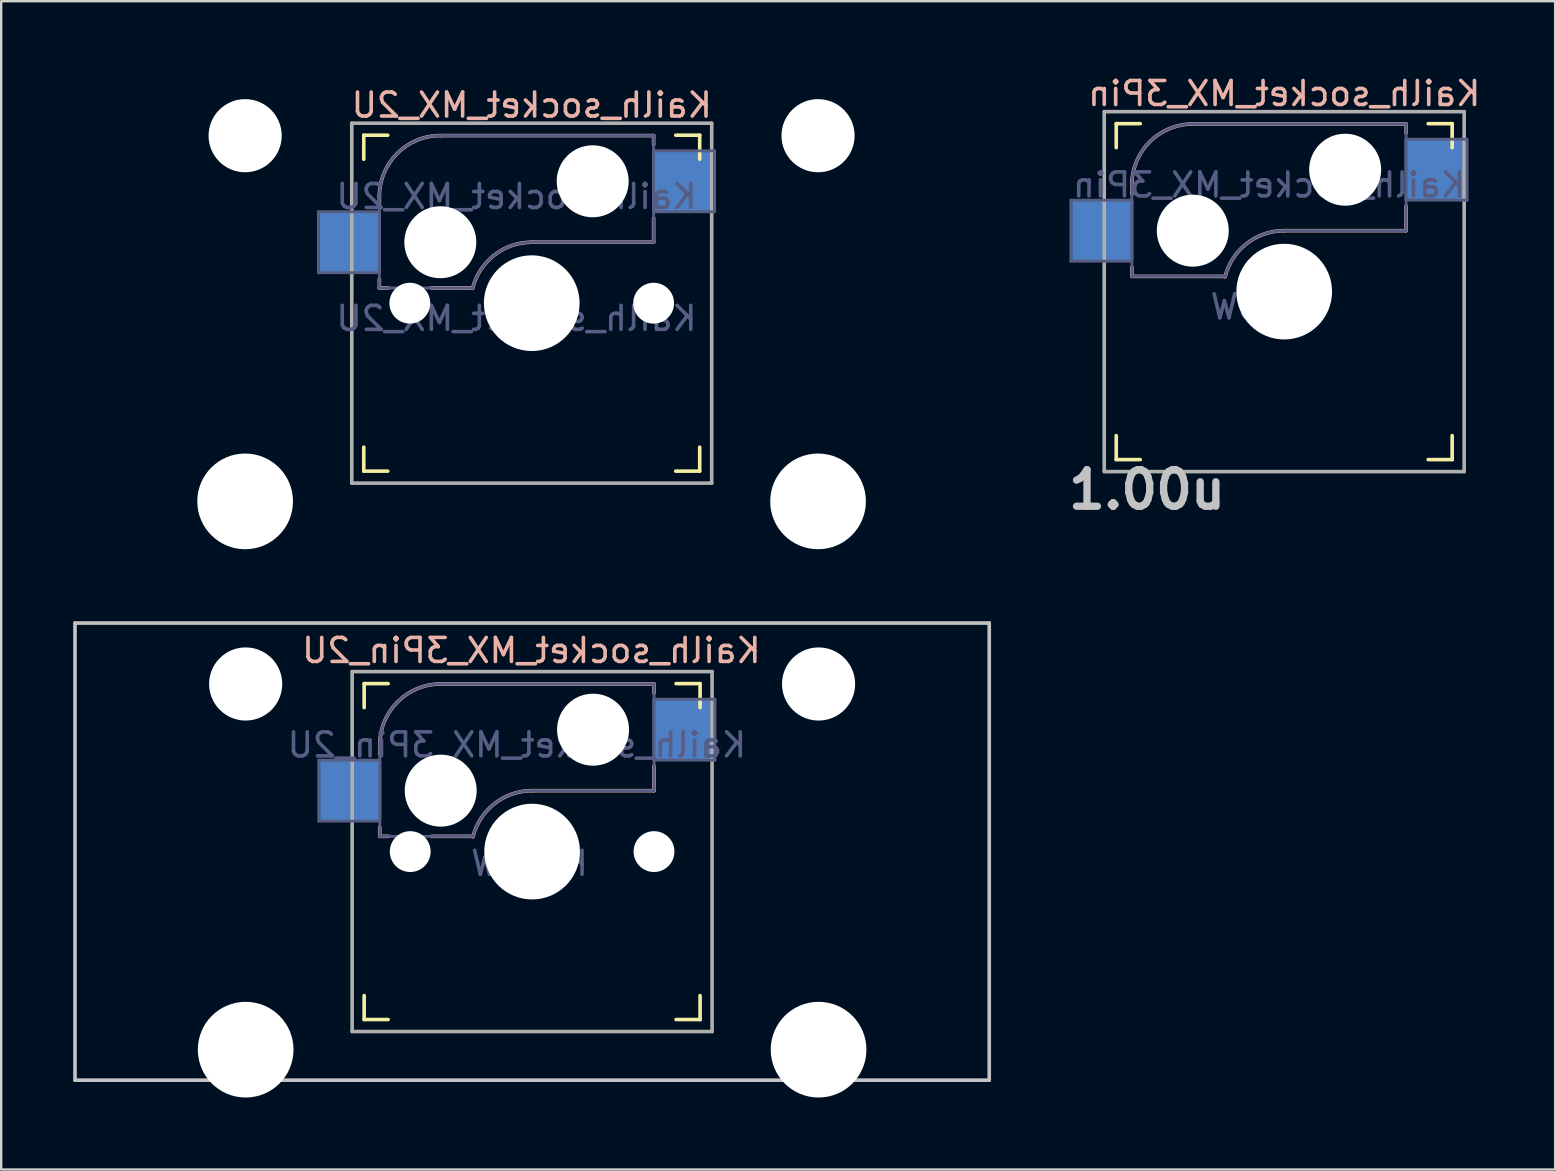
<source format=kicad_pcb>
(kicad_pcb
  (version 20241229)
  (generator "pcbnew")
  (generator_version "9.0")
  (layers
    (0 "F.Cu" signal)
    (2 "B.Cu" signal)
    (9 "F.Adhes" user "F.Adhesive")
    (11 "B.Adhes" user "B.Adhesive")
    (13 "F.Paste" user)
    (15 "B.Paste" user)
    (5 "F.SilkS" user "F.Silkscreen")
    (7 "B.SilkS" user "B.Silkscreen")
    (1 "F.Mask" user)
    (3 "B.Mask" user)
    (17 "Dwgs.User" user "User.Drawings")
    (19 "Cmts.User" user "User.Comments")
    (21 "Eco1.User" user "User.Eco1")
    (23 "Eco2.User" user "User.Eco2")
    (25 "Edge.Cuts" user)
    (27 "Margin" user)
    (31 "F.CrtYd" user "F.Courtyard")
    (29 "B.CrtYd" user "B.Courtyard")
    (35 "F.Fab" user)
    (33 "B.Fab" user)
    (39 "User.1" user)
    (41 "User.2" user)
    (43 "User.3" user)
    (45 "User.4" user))
  (footprint "Kailh_socket_MX_2U"
    (layer "F.Cu")
    (at 19.11 9.585)
    (property "Reference" "Kailh_socket_MX_2U" (at 0 -8.255 0) (layer "B.SilkS") (effects (font (size 1 1) (thickness 0.15)) (justify mirror)))
    (property "Value" "Kailh_socket_MX_2U" (at 0 8.255 0) (layer "F.Fab") (hide yes) (effects (font (size 1 1) (thickness 0.15))))
    (attr smd)
    (fp_line (start -7 -6) (end -7 -7) (stroke (width 0.15) (type solid)) (layer "F.SilkS"))
    (fp_line (start -7 7) (end -7 6) (stroke (width 0.15) (type solid)) (layer "F.SilkS"))
    (fp_line (start -7 7) (end -6 7) (stroke (width 0.15) (type solid)) (layer "F.SilkS"))
    (fp_line (start -6 -7) (end -7 -7) (stroke (width 0.15) (type solid)) (layer "F.SilkS"))
    (fp_line (start 6 7) (end 7 7) (stroke (width 0.15) (type solid)) (layer "F.SilkS"))
    (fp_line (start 7 -7) (end 6 -7) (stroke (width 0.15) (type solid)) (layer "F.SilkS"))
    (fp_line (start 7 -7) (end 7 -6) (stroke (width 0.15) (type solid)) (layer "F.SilkS"))
    (fp_line (start 7 6) (end 7 7) (stroke (width 0.15) (type solid)) (layer "F.SilkS"))
    (fp_line (start -6.35 -4.445) (end -6.35 -4.064) (stroke (width 0.15) (type solid)) (layer "B.SilkS"))
    (fp_line (start -6.35 -1.016) (end -6.35 -0.635) (stroke (width 0.15) (type solid)) (layer "B.SilkS"))
    (fp_line (start -5.969 -0.635) (end -6.35 -0.635) (stroke (width 0.15) (type solid)) (layer "B.SilkS"))
    (fp_line (start -3.81 -6.985) (end 5.08 -6.985) (stroke (width 0.15) (type solid)) (layer "B.SilkS"))
    (fp_line (start -2.464 -0.635) (end -4.191 -0.635) (stroke (width 0.15) (type solid)) (layer "B.SilkS"))
    (fp_line (start 5.08 -6.985) (end 5.08 -6.604) (stroke (width 0.15) (type solid)) (layer "B.SilkS"))
    (fp_line (start 5.08 -3.556) (end 5.08 -2.54) (stroke (width 0.15) (type solid)) (layer "B.SilkS"))
    (fp_line (start 5.08 -2.54) (end 0 -2.54) (stroke (width 0.15) (type solid)) (layer "B.SilkS"))
    (fp_arc (start -6.35 -4.445) (mid -5.606051 -6.241051) (end -3.81 -6.985) (stroke (width 0.15) (type solid)) (layer "B.SilkS"))
    (fp_arc (start -2.464162 -0.61604) (mid -1.563147 -2.002042) (end 0 -2.54) (stroke (width 0.15) (type solid)) (layer "B.SilkS"))
    (fp_line (start -6.9 6.9) (end -6.9 -6.9) (stroke (width 0.15) (type solid)) (layer "Eco2.User"))
    (fp_line (start -6.9 6.9) (end 6.9 6.9) (stroke (width 0.15) (type solid)) (layer "Eco2.User"))
    (fp_line (start 6.9 -6.9) (end -6.9 -6.9) (stroke (width 0.15) (type solid)) (layer "Eco2.User"))
    (fp_line (start 6.9 -6.9) (end 6.9 6.9) (stroke (width 0.15) (type solid)) (layer "Eco2.User"))
    (fp_line (start -8.89 -3.81) (end -6.35 -3.81) (stroke (width 0.12) (type solid)) (layer "B.Fab"))
    (fp_line (start -8.89 -1.27) (end -8.89 -3.81) (stroke (width 0.12) (type solid)) (layer "B.Fab"))
    (fp_line (start -6.35 -1.27) (end -8.89 -1.27) (stroke (width 0.12) (type solid)) (layer "B.Fab"))
    (fp_line (start -6.35 -0.635) (end -6.35 -4.445) (stroke (width 0.12) (type solid)) (layer "B.Fab"))
    (fp_line (start -6.35 -0.635) (end -2.54 -0.635) (stroke (width 0.12) (type solid)) (layer "B.Fab"))
    (fp_line (start -3.81 -6.985) (end 5.08 -6.985) (stroke (width 0.12) (type solid)) (layer "B.Fab"))
    (fp_line (start 5.08 -6.985) (end 5.08 -2.54) (stroke (width 0.12) (type solid)) (layer "B.Fab"))
    (fp_line (start 5.08 -6.35) (end 7.62 -6.35) (stroke (width 0.12) (type solid)) (layer "B.Fab"))
    (fp_line (start 5.08 -2.54) (end 0 -2.54) (stroke (width 0.12) (type solid)) (layer "B.Fab"))
    (fp_line (start 7.62 -6.35) (end 7.62 -3.81) (stroke (width 0.12) (type solid)) (layer "B.Fab"))
    (fp_line (start 7.62 -3.81) (end 5.08 -3.81) (stroke (width 0.12) (type solid)) (layer "B.Fab"))
    (fp_arc (start -6.35 -4.445) (mid -5.606051 -6.241051) (end -3.81 -6.985) (stroke (width 0.12) (type solid)) (layer "B.Fab"))
    (fp_arc (start -2.464162 -0.61604) (mid -1.563147 -2.002042) (end 0 -2.54) (stroke (width 0.12) (type solid)) (layer "B.Fab"))
    (fp_line (start -7.5 -7.5) (end 7.5 -7.5) (stroke (width 0.15) (type solid)) (layer "F.Fab"))
    (fp_line (start -7.5 7.5) (end -7.5 -7.5) (stroke (width 0.15) (type solid)) (layer "F.Fab"))
    (fp_line (start 7.5 -7.5) (end 7.5 7.5) (stroke (width 0.15) (type solid)) (layer "F.Fab"))
    (fp_line (start 7.5 7.5) (end -7.5 7.5) (stroke (width 0.15) (type solid)) (layer "F.Fab"))
    (fp_line (start -19.05 -9.525) (end 19.05 -9.525) (stroke (width 0.12) (type solid)) (layer "User.2"))
    (fp_line (start -19.05 9.525) (end -19.05 -9.525) (stroke (width 0.12) (type solid)) (layer "User.2"))
    (fp_line (start -19.05 9.525) (end 19.05 9.525) (stroke (width 0.12) (type solid)) (layer "User.2"))
    (fp_line (start -9.525 -9.525) (end 9.525 -9.525) (stroke (width 0.12) (type solid)) (layer "User.2"))
    (fp_line (start 9.525 9.525) (end -9.525 9.525) (stroke (width 0.12) (type solid)) (layer "User.2"))
    (fp_line (start 19.05 9.525) (end 19.05 -9.525) (stroke (width 0.12) (type solid)) (layer "User.2"))
    (fp_text user "${VALUE}" (at -0.635 0.635 0) (layer "B.Fab") (effects (font (size 1 1) (thickness 0.15)) (justify mirror)))
    (fp_text user "${REFERENCE}" (at -0.635 -4.445 0) (layer "B.Fab") (effects (font (size 1 1) (thickness 0.15)) (justify mirror)))
    (pad "" np_thru_hole circle (at -11.944 -6.98) (size 3.048 3.048) (drill 3.048) (layers "*.Cu" "*.Mask"))
    (pad "" np_thru_hole circle (at -11.944 8.26) (size 3.988 3.988) (drill 3.988) (layers "*.Cu" "*.Mask"))
    (pad "" np_thru_hole circle (at -5.08 0) (size 1.702 1.702) (drill 1.702) (layers "*.Cu" "*.Mask"))
    (pad "" np_thru_hole circle (at -3.81 -2.54) (size 3 3) (drill 3) (layers "*.Cu" "*.Mask"))
    (pad "" np_thru_hole circle (at 0 0) (size 3.988 3.988) (drill 3.988) (layers "*.Cu" "*.Mask"))
    (pad "" np_thru_hole circle (at 2.54 -5.08) (size 3 3) (drill 3) (layers "*.Cu" "*.Mask"))
    (pad "" np_thru_hole circle (at 5.08 0) (size 1.702 1.702) (drill 1.702) (layers "*.Cu" "*.Mask"))
    (pad "" np_thru_hole circle (at 11.932 -6.98) (size 3.048 3.048) (drill 3.048) (layers "*.Cu" "*.Mask"))
    (pad "" np_thru_hole circle (at 11.932 8.26) (size 3.988 3.988) (drill 3.988) (layers "*.Cu" "*.Mask"))
    (pad "1" smd rect (at 6.29 -5.08) (size 2.55 2.5) (layers "B.Cu" "B.Mask" "B.Paste"))
    (pad "2" smd rect (at -7.56 -2.54) (size 2.55 2.5) (layers "B.Cu" "B.Mask" "B.Paste")))
  (footprint "Kailh_socket_MX_3Pin"
    (layer "F.Cu")
    (at 50.469 9.103)
    (property "Reference" "Kailh_socket_MX_3Pin" (at 0 -8.255 0) (layer "B.SilkS") (effects (font (size 1 1) (thickness 0.15)) (justify mirror)))
    (property "Value" "KEYSW" (at 0 8.255 0) (layer "F.Fab") (hide yes) (effects (font (size 1 1) (thickness 0.15))))
    (attr smd)
    (fp_line (start -7 -6) (end -7 -7) (stroke (width 0.15) (type solid)) (layer "F.SilkS"))
    (fp_line (start -7 7) (end -7 6) (stroke (width 0.15) (type solid)) (layer "F.SilkS"))
    (fp_line (start -7 7) (end -6 7) (stroke (width 0.15) (type solid)) (layer "F.SilkS"))
    (fp_line (start -6 -7) (end -7 -7) (stroke (width 0.15) (type solid)) (layer "F.SilkS"))
    (fp_line (start 6 7) (end 7 7) (stroke (width 0.15) (type solid)) (layer "F.SilkS"))
    (fp_line (start 7 -7) (end 6 -7) (stroke (width 0.15) (type solid)) (layer "F.SilkS"))
    (fp_line (start 7 -7) (end 7 -6) (stroke (width 0.15) (type solid)) (layer "F.SilkS"))
    (fp_line (start 7 6) (end 7 7) (stroke (width 0.15) (type solid)) (layer "F.SilkS"))
    (fp_line (start -6.35 -4.445) (end -6.35 -4.064) (stroke (width 0.15) (type solid)) (layer "B.SilkS"))
    (fp_line (start -6.35 -1.016) (end -6.35 -0.635) (stroke (width 0.15) (type solid)) (layer "B.SilkS"))
    (fp_line (start -3.81 -6.985) (end 5.08 -6.985) (stroke (width 0.15) (type solid)) (layer "B.SilkS"))
    (fp_line (start -2.464 -0.635) (end -6.35 -0.635) (stroke (width 0.15) (type solid)) (layer "B.SilkS"))
    (fp_line (start 5.08 -6.985) (end 5.08 -6.604) (stroke (width 0.15) (type solid)) (layer "B.SilkS"))
    (fp_line (start 5.08 -3.556) (end 5.08 -2.54) (stroke (width 0.15) (type solid)) (layer "B.SilkS"))
    (fp_line (start 5.08 -2.54) (end 0 -2.54) (stroke (width 0.15) (type solid)) (layer "B.SilkS"))
    (fp_arc (start -6.35 -4.445) (mid -5.606051 -6.241051) (end -3.81 -6.985) (stroke (width 0.15) (type solid)) (layer "B.SilkS"))
    (fp_arc (start -2.464162 -0.61604) (mid -1.563147 -2.002042) (end 0 -2.54) (stroke (width 0.15) (type solid)) (layer "B.SilkS"))
    (fp_line (start -6.9 6.9) (end -6.9 -6.9) (stroke (width 0.15) (type solid)) (layer "Eco2.User"))
    (fp_line (start -6.9 6.9) (end 6.9 6.9) (stroke (width 0.15) (type solid)) (layer "Eco2.User"))
    (fp_line (start 6.9 -6.9) (end -6.9 -6.9) (stroke (width 0.15) (type solid)) (layer "Eco2.User"))
    (fp_line (start 6.9 -6.9) (end 6.9 6.9) (stroke (width 0.15) (type solid)) (layer "Eco2.User"))
    (fp_line (start -8.89 -3.81) (end -6.35 -3.81) (stroke (width 0.12) (type solid)) (layer "B.Fab"))
    (fp_line (start -8.89 -1.27) (end -8.89 -3.81) (stroke (width 0.12) (type solid)) (layer "B.Fab"))
    (fp_line (start -6.35 -1.27) (end -8.89 -1.27) (stroke (width 0.12) (type solid)) (layer "B.Fab"))
    (fp_line (start -6.35 -0.635) (end -6.35 -4.445) (stroke (width 0.12) (type solid)) (layer "B.Fab"))
    (fp_line (start -6.35 -0.635) (end -2.54 -0.635) (stroke (width 0.12) (type solid)) (layer "B.Fab"))
    (fp_line (start -3.81 -6.985) (end 5.08 -6.985) (stroke (width 0.12) (type solid)) (layer "B.Fab"))
    (fp_line (start 5.08 -6.985) (end 5.08 -2.54) (stroke (width 0.12) (type solid)) (layer "B.Fab"))
    (fp_line (start 5.08 -6.35) (end 7.62 -6.35) (stroke (width 0.12) (type solid)) (layer "B.Fab"))
    (fp_line (start 5.08 -2.54) (end 0 -2.54) (stroke (width 0.12) (type solid)) (layer "B.Fab"))
    (fp_line (start 7.62 -6.35) (end 7.62 -3.81) (stroke (width 0.12) (type solid)) (layer "B.Fab"))
    (fp_line (start 7.62 -3.81) (end 5.08 -3.81) (stroke (width 0.12) (type solid)) (layer "B.Fab"))
    (fp_arc (start -6.35 -4.445) (mid -5.606051 -6.241051) (end -3.81 -6.985) (stroke (width 0.12) (type solid)) (layer "B.Fab"))
    (fp_arc (start -2.464162 -0.61604) (mid -1.563147 -2.002042) (end 0 -2.54) (stroke (width 0.12) (type solid)) (layer "B.Fab"))
    (fp_line (start -7.5 -7.5) (end 7.5 -7.5) (stroke (width 0.15) (type solid)) (layer "F.Fab"))
    (fp_line (start -7.5 7.5) (end -7.5 -7.5) (stroke (width 0.15) (type solid)) (layer "F.Fab"))
    (fp_line (start 7.5 -7.5) (end 7.5 7.5) (stroke (width 0.15) (type solid)) (layer "F.Fab"))
    (fp_line (start 7.5 7.5) (end -7.5 7.5) (stroke (width 0.15) (type solid)) (layer "F.Fab"))
    (fp_text user "1.00u" (at -5.715 8.255 0) (layer "Dwgs.User") (effects (font (size 1.524 1.524) (thickness 0.305))))
    (fp_text user "${REFERENCE}" (at -0.635 -4.445 0) (layer "B.Fab") (effects (font (size 1 1) (thickness 0.15)) (justify mirror)))
    (fp_text user "${VALUE}" (at -0.635 0.635 0) (layer "B.Fab") (effects (font (size 1 1) (thickness 0.15)) (justify mirror)))
    (pad "" np_thru_hole circle (at -3.81 -2.54) (size 3 3) (drill 3) (layers "*.Cu" "*.Mask"))
    (pad "" np_thru_hole circle (at 0 0) (size 3.988 3.988) (drill 3.988) (layers "*.Cu" "*.Mask"))
    (pad "" np_thru_hole circle (at 2.54 -5.08) (size 3 3) (drill 3) (layers "*.Cu" "*.Mask"))
    (pad "1" smd rect (at 6.29 -5.08) (size 2.55 2.5) (layers "B.Cu" "B.Mask" "B.Paste"))
    (pad "2" smd rect (at -7.56 -2.54) (size 2.55 2.5) (layers "B.Cu" "B.Mask" "B.Paste")))
  (footprint "Kailh_socket_MX_3Pin_2U"
    (layer "F.Cu")
    (at 19.126 32.44)
    (property "Reference" "Kailh_socket_MX_3Pin_2U" (at -0.03 -8.38 0) (layer "B.SilkS") (effects (font (size 1 1) (thickness 0.15)) (justify mirror)))
    (property "Value" "KEYSW" (at 0 5.2 0) (layer "F.Fab") (hide yes) (effects (font (size 1 1) (thickness 0.15))))
    (attr smd)
    (fp_line (start -7 -6) (end -7 -7) (stroke (width 0.15) (type solid)) (layer "F.SilkS"))
    (fp_line (start -7 7) (end -7 6) (stroke (width 0.15) (type solid)) (layer "F.SilkS"))
    (fp_line (start -7 7) (end -6 7) (stroke (width 0.15) (type solid)) (layer "F.SilkS"))
    (fp_line (start -6 -7) (end -7 -7) (stroke (width 0.15) (type solid)) (layer "F.SilkS"))
    (fp_line (start 6 7) (end 7 7) (stroke (width 0.15) (type solid)) (layer "F.SilkS"))
    (fp_line (start 7 -7) (end 6 -7) (stroke (width 0.15) (type solid)) (layer "F.SilkS"))
    (fp_line (start 7 -7) (end 7 -6) (stroke (width 0.15) (type solid)) (layer "F.SilkS"))
    (fp_line (start 7 6) (end 7 7) (stroke (width 0.15) (type solid)) (layer "F.SilkS"))
    (fp_line (start -6.35 -4.445) (end -6.35 -4.064) (stroke (width 0.15) (type solid)) (layer "B.SilkS"))
    (fp_line (start -6.35 -1.016) (end -6.35 -0.635) (stroke (width 0.15) (type solid)) (layer "B.SilkS"))
    (fp_line (start -5.969 -0.635) (end -6.35 -0.635) (stroke (width 0.15) (type solid)) (layer "B.SilkS"))
    (fp_line (start -3.81 -6.985) (end 5.08 -6.985) (stroke (width 0.15) (type solid)) (layer "B.SilkS"))
    (fp_line (start -2.464 -0.635) (end -4.191 -0.635) (stroke (width 0.15) (type solid)) (layer "B.SilkS"))
    (fp_line (start 5.08 -6.985) (end 5.08 -6.604) (stroke (width 0.15) (type solid)) (layer "B.SilkS"))
    (fp_line (start 5.08 -3.556) (end 5.08 -2.54) (stroke (width 0.15) (type solid)) (layer "B.SilkS"))
    (fp_line (start 5.08 -2.54) (end 0 -2.54) (stroke (width 0.15) (type solid)) (layer "B.SilkS"))
    (fp_arc (start -6.35 -4.445) (mid -5.606051 -6.241051) (end -3.81 -6.985) (stroke (width 0.15) (type solid)) (layer "B.SilkS"))
    (fp_arc (start -2.464162 -0.61604) (mid -1.563147 -2.002042) (end 0 -2.54) (stroke (width 0.15) (type solid)) (layer "B.SilkS"))
    (fp_line (start -19.05 -9.525) (end 19.05 -9.525) (stroke (width 0.152) (type solid)) (layer "Dwgs.User"))
    (fp_line (start -19.05 9.525) (end -19.05 -9.525) (stroke (width 0.152) (type solid)) (layer "Dwgs.User"))
    (fp_line (start 19.05 -9.525) (end 19.05 9.525) (stroke (width 0.152) (type solid)) (layer "Dwgs.User"))
    (fp_line (start 19.05 9.525) (end -19.05 9.525) (stroke (width 0.152) (type solid)) (layer "Dwgs.User"))
    (fp_line (start -6.9 6.9) (end -6.9 -6.9) (stroke (width 0.15) (type solid)) (layer "Eco2.User"))
    (fp_line (start -6.9 6.9) (end 6.9 6.9) (stroke (width 0.15) (type solid)) (layer "Eco2.User"))
    (fp_line (start 6.9 -6.9) (end -6.9 -6.9) (stroke (width 0.15) (type solid)) (layer "Eco2.User"))
    (fp_line (start 6.9 -6.9) (end 6.9 6.9) (stroke (width 0.15) (type solid)) (layer "Eco2.User"))
    (fp_line (start -8.89 -3.81) (end -6.35 -3.81) (stroke (width 0.12) (type solid)) (layer "B.Fab"))
    (fp_line (start -8.89 -1.27) (end -8.89 -3.81) (stroke (width 0.12) (type solid)) (layer "B.Fab"))
    (fp_line (start -6.35 -1.27) (end -8.89 -1.27) (stroke (width 0.12) (type solid)) (layer "B.Fab"))
    (fp_line (start -6.35 -0.635) (end -6.35 -4.445) (stroke (width 0.12) (type solid)) (layer "B.Fab"))
    (fp_line (start -6.35 -0.635) (end -2.54 -0.635) (stroke (width 0.12) (type solid)) (layer "B.Fab"))
    (fp_line (start -3.81 -6.985) (end 5.08 -6.985) (stroke (width 0.12) (type solid)) (layer "B.Fab"))
    (fp_line (start 5.08 -6.985) (end 5.08 -2.54) (stroke (width 0.12) (type solid)) (layer "B.Fab"))
    (fp_line (start 5.08 -6.35) (end 7.62 -6.35) (stroke (width 0.12) (type solid)) (layer "B.Fab"))
    (fp_line (start 5.08 -2.54) (end 0 -2.54) (stroke (width 0.12) (type solid)) (layer "B.Fab"))
    (fp_line (start 7.62 -6.35) (end 7.62 -3.81) (stroke (width 0.12) (type solid)) (layer "B.Fab"))
    (fp_line (start 7.62 -3.81) (end 5.08 -3.81) (stroke (width 0.12) (type solid)) (layer "B.Fab"))
    (fp_arc (start -6.35 -4.445) (mid -5.606051 -6.241051) (end -3.81 -6.985) (stroke (width 0.12) (type solid)) (layer "B.Fab"))
    (fp_arc (start -2.464162 -0.61604) (mid -1.563147 -2.002042) (end 0 -2.54) (stroke (width 0.12) (type solid)) (layer "B.Fab"))
    (fp_line (start -7.5 -7.5) (end 7.5 -7.5) (stroke (width 0.15) (type solid)) (layer "F.Fab"))
    (fp_line (start -7.5 7.5) (end -7.5 -7.5) (stroke (width 0.15) (type solid)) (layer "F.Fab"))
    (fp_line (start 7.5 -7.5) (end 7.5 7.5) (stroke (width 0.15) (type solid)) (layer "F.Fab"))
    (fp_line (start 7.5 7.5) (end -7.5 7.5) (stroke (width 0.15) (type solid)) (layer "F.Fab"))
    (fp_text user "${REFERENCE}" (at -0.635 -4.445 0) (layer "B.Fab") (effects (font (size 1 1) (thickness 0.15)) (justify mirror)))
    (fp_text user "${VALUE}" (at -0.11 0.49 0) (layer "B.Fab") (effects (font (size 1 1) (thickness 0.15)) (justify mirror)))
    (pad "" np_thru_hole circle (at -11.938 -6.985) (size 3.048 3.048) (drill 3.048) (layers "*.Cu" "*.Mask"))
    (pad "" np_thru_hole circle (at -11.938 8.255) (size 3.988 3.988) (drill 3.988) (layers "*.Cu" "*.Mask"))
    (pad "" np_thru_hole circle (at -5.08 0) (size 1.702 1.702) (drill 1.702) (layers "*.Cu" "*.Mask"))
    (pad "" np_thru_hole circle (at -3.81 -2.54) (size 3 3) (drill 3) (layers "*.Cu" "*.Mask"))
    (pad "" np_thru_hole circle (at 0 0) (size 3.988 3.988) (drill 3.988) (layers "*.Cu" "*.Mask"))
    (pad "" np_thru_hole circle (at 2.54 -5.08) (size 3 3) (drill 3) (layers "*.Cu" "*.Mask"))
    (pad "" np_thru_hole circle (at 5.08 0) (size 1.702 1.702) (drill 1.702) (layers "*.Cu" "*.Mask"))
    (pad "" np_thru_hole circle (at 11.938 -6.985) (size 3.048 3.048) (drill 3.048) (layers "*.Cu" "*.Mask"))
    (pad "" np_thru_hole circle (at 11.938 8.255) (size 3.988 3.988) (drill 3.988) (layers "*.Cu" "*.Mask"))
    (pad "1" smd rect (at 6.29 -5.08) (size 2.55 2.5) (layers "B.Cu" "B.Mask" "B.Paste"))
    (pad "2" smd rect (at -7.56 -2.54) (size 2.55 2.5) (layers "B.Cu" "B.Mask" "B.Paste")))
  (gr_rect
    (start -3 -3)
    (end 61.761 45.689)
    (stroke (width 0.1) (type default))
    (fill no)
    (layer "Edge.Cuts")))
</source>
